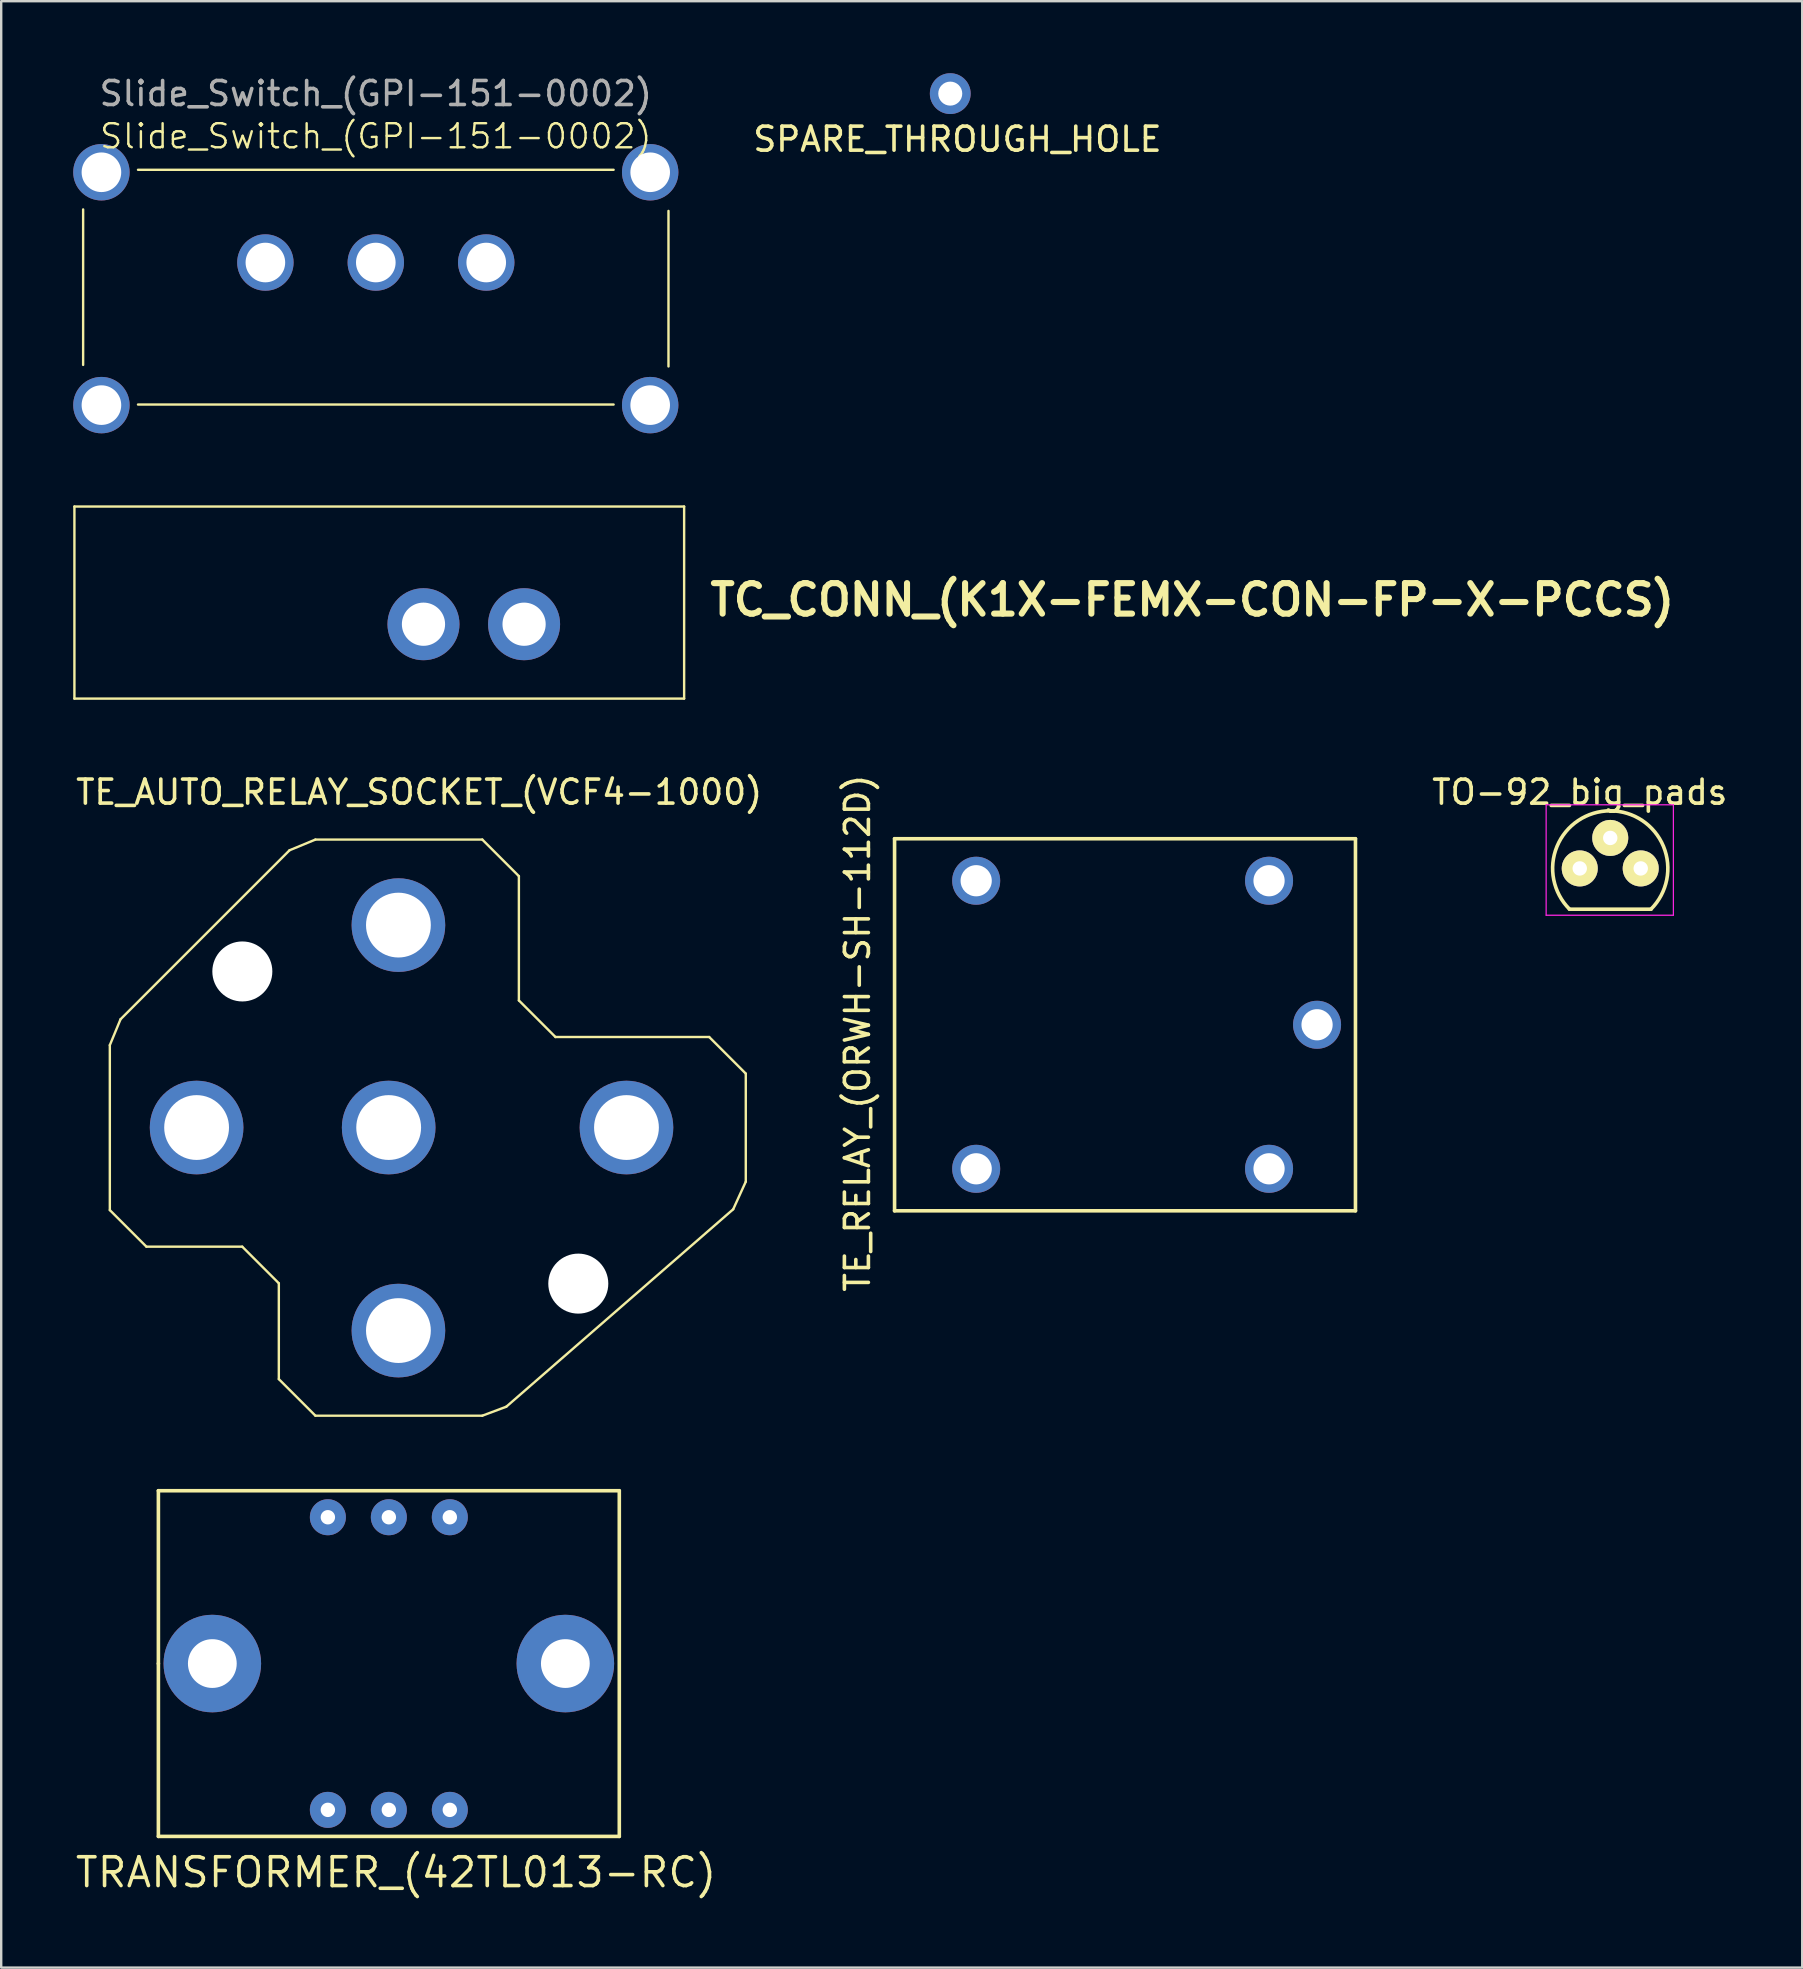
<source format=kicad_pcb>
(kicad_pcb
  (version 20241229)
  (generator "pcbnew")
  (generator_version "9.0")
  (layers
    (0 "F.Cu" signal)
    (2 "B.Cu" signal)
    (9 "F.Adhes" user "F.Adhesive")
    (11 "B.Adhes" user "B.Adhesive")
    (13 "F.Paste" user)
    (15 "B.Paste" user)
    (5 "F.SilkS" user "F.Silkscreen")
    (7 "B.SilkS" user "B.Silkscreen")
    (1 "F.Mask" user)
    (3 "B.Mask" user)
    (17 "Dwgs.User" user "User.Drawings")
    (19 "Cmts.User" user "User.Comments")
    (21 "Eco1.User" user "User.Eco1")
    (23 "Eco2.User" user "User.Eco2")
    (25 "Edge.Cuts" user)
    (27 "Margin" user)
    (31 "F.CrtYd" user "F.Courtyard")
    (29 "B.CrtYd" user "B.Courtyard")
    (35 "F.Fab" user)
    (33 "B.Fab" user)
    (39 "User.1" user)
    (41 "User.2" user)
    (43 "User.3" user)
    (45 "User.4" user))
  (footprint "TRANSFORMER_(42TL013-RC)"
    (layer "F.Cu")
    (at 13.148 66.249)
    (property "Reference" "TRANSFORMER_(42TL013-RC)" (at 0.3 8.7 180) (layer "F.SilkS") (effects (font (size 1.2 1.2) (thickness 0.15))))
    (attr through_hole)
    (fp_line (start -9.6 -7.2) (end -9.6 0) (stroke (width 0.15) (type solid)) (layer "F.SilkS"))
    (fp_line (start -9.6 0) (end -9.6 7.2) (stroke (width 0.15) (type solid)) (layer "F.SilkS"))
    (fp_line (start -9.6 7.2) (end 9.6 7.2) (stroke (width 0.15) (type solid)) (layer "F.SilkS"))
    (fp_line (start 9.6 -7.2) (end -9.6 -7.2) (stroke (width 0.15) (type solid)) (layer "F.SilkS"))
    (fp_line (start 9.6 7.2) (end 9.6 -7.2) (stroke (width 0.15) (type solid)) (layer "F.SilkS"))
    (pad "1" thru_hole circle (at -2.54 6.095) (size 1.5 1.5) (drill 0.6) (layers "*.Cu" "*.Mask"))
    (pad "2" thru_hole circle (at 0 6.095) (size 1.5 1.5) (drill 0.6) (layers "*.Cu" "*.Mask"))
    (pad "3" thru_hole circle (at 2.54 6.095) (size 1.5 1.5) (drill 0.6) (layers "*.Cu" "*.Mask"))
    (pad "4" thru_hole circle (at 2.54 -6.095) (size 1.5 1.5) (drill 0.6) (layers "*.Cu" "*.Mask"))
    (pad "5" thru_hole circle (at 0 -6.095) (size 1.5 1.5) (drill 0.6) (layers "*.Cu" "*.Mask"))
    (pad "6" thru_hole circle (at -2.54 -6.095) (size 1.5 1.5) (drill 0.6) (layers "*.Cu" "*.Mask"))
    (pad "7" thru_hole circle (at 7.353 0) (size 4.064 4.064) (drill 2.032) (layers "*.Cu" "*.Mask"))
    (pad "8" thru_hole circle (at -7.353 0) (size 4.064 4.064) (drill 2.032) (layers "*.Cu" "*.Mask")))
  (footprint "Slide_Switch_(GPI-151-0002)"
    (layer "F.Cu")
    (at 12.605 8.976)
    (property "Reference" "Slide_Switch_(GPI-151-0002)" (at 0 -6.35 0) (unlocked yes) (layer "F.SilkS") (effects (font (size 1 1) (thickness 0.1))))
    (attr through_hole)
    (fp_line (start -12.192 -3.302) (end -12.192 3.175) (stroke (width 0.1) (type default)) (layer "F.SilkS"))
    (fp_line (start -9.906 -4.953) (end 9.906 -4.953) (stroke (width 0.1) (type default)) (layer "F.SilkS"))
    (fp_line (start -9.906 4.826) (end 9.906 4.826) (stroke (width 0.1) (type default)) (layer "F.SilkS"))
    (fp_line (start 12.192 -3.239) (end 12.192 3.239) (stroke (width 0.1) (type default)) (layer "F.SilkS"))
    (fp_text user "${REFERENCE}" (at 0 -8.128 0) (unlocked yes) (layer "F.Fab") (effects (font (size 1 1) (thickness 0.15))))
    (pad "" np_thru_hole circle (at -11.43 -4.85) (size 2.35 2.35) (drill 1.65) (layers "*.Cu" "*.Mask"))
    (pad "" np_thru_hole circle (at -11.43 4.85) (size 2.35 2.35) (drill 1.65) (layers "*.Cu" "*.Mask"))
    (pad "" np_thru_hole circle (at 11.43 -4.85) (size 2.35 2.35) (drill 1.65) (layers "*.Cu" "*.Mask"))
    (pad "" np_thru_hole circle (at 11.43 4.85) (size 2.35 2.35) (drill 1.65) (layers "*.Cu" "*.Mask"))
    (pad "1" thru_hole circle (at -4.6 -1.09) (size 2.35 2.35) (drill 1.65) (layers "*.Cu" "*.Mask"))
    (pad "2" thru_hole circle (at 0 -1.09) (size 2.35 2.35) (drill 1.65) (layers "*.Cu" "*.Mask"))
    (pad "3" thru_hole circle (at 4.6 -1.09) (size 2.35 2.35) (drill 1.65) (layers "*.Cu" "*.Mask")))
  (footprint "SPARE_THROUGH_HOLE"
    (layer "F.Cu")
    (at 36.535 0.85)
    (property "Reference" "SPARE_THROUGH_HOLE" (at 0.3 1.9 0) (layer "F.SilkS") (effects (font (size 1 1) (thickness 0.15))))
    (attr through_hole)
    (pad "1" thru_hole circle (at 0 0) (size 1.7 1.7) (drill 1) (layers "*.Cu" "*.Mask")))
  (footprint "TC_CONN_(K1X-FEMX-CON-FP-X-PCCS)"
    (layer "F.Cu")
    (at 14.591 22.953)
    (property "Reference" "TC_CONN_(K1X-FEMX-CON-FP-X-PCCS)" (at 11.811 -1.016 0) (layer "F.SilkS") (effects (font (size 1.27 1.27) (thickness 0.254)) (justify left)))
    (attr through_hole)
    (fp_line (start -14.541 -4.902) (end 10.858 -4.902) (stroke (width 0.1) (type solid)) (layer "F.SilkS"))
    (fp_line (start -14.541 3.099) (end -14.541 -4.902) (stroke (width 0.1) (type solid)) (layer "F.SilkS"))
    (fp_line (start 10.858 -4.902) (end 10.858 3.099) (stroke (width 0.1) (type solid)) (layer "F.SilkS"))
    (fp_line (start 10.858 3.099) (end -14.541 3.099) (stroke (width 0.1) (type solid)) (layer "F.SilkS"))
    (pad "1" thru_hole circle (at 0 0) (size 3 3) (drill 1.8) (layers "*.Cu" "*.Mask"))
    (pad "2" thru_hole circle (at 4.191 0) (size 3 3) (drill 1.8) (layers "*.Cu" "*.Mask")))
  (footprint "TE_RELAY_(ORWH-SH-112D)"
    (layer "F.Cu")
    (at 49.815 33.639)
    (property "Reference" "TE_RELAY_(ORWH-SH-112D)" (at -17.145 6.35 90) (layer "F.SilkS") (effects (font (size 1 1) (thickness 0.15))))
    (attr through_hole)
    (fp_line (start -15.6 -1.75) (end 3.6 -1.75) (stroke (width 0.15) (type solid)) (layer "F.SilkS"))
    (fp_line (start -15.6 13.75) (end -15.6 -1.75) (stroke (width 0.15) (type solid)) (layer "F.SilkS"))
    (fp_line (start 3.6 -1.75) (end 3.6 13.75) (stroke (width 0.15) (type solid)) (layer "F.SilkS"))
    (fp_line (start 3.6 13.75) (end -15.6 13.75) (stroke (width 0.15) (type solid)) (layer "F.SilkS"))
    (pad "1" thru_hole circle (at 0 0) (size 2 2) (drill 1.3) (layers "*.Cu" "*.Mask"))
    (pad "2" thru_hole circle (at 0 12) (size 2 2) (drill 1.3) (layers "*.Cu" "*.Mask"))
    (pad "3" thru_hole circle (at 2 6) (size 2 2) (drill 1.3) (layers "*.Cu" "*.Mask"))
    (pad "4" thru_hole circle (at -12.2 0) (size 2 2) (drill 1.3) (layers "*.Cu" "*.Mask"))
    (pad "5" thru_hole circle (at -12.2 12) (size 2 2) (drill 1.3) (layers "*.Cu" "*.Mask")))
  (footprint "TO-92_big_pads"
    (layer "F.Cu")
    (at 62.758 33.126)
    (property "Reference" "TO-92_big_pads" (at 0 -3.175 0) (layer "F.SilkS") (effects (font (size 1 1) (thickness 0.15))))
    (attr through_hole)
    (fp_line (start -0.43 1.7) (end 2.97 1.7) (stroke (width 0.15) (type solid)) (layer "F.SilkS"))
    (fp_arc (start -0.427056 1.697056) (mid -0.947311 -0.91844) (end 1.27 -2.4) (stroke (width 0.15) (type solid)) (layer "F.SilkS"))
    (fp_arc (start 1.27 -2.4) (mid 3.487311 -0.91844) (end 2.967056 1.697056) (stroke (width 0.15) (type solid)) (layer "F.SilkS"))
    (fp_line (start -1.4 -2.65) (end 3.9 -2.65) (stroke (width 0.05) (type solid)) (layer "F.CrtYd"))
    (fp_line (start -1.4 1.95) (end -1.4 -2.65) (stroke (width 0.05) (type solid)) (layer "F.CrtYd"))
    (fp_line (start -1.4 1.95) (end 3.9 1.95) (stroke (width 0.05) (type solid)) (layer "F.CrtYd"))
    (fp_line (start 3.9 1.95) (end 3.9 -2.65) (stroke (width 0.05) (type solid)) (layer "F.CrtYd"))
    (pad "1" thru_hole circle (at 0 0 90) (size 1.5 1.5) (drill 0.6) (layers "*.Cu" "*.Mask" "F.SilkS"))
    (pad "2" thru_hole circle (at 1.27 -1.27 90) (size 1.5 1.5) (drill 0.6) (layers "*.Cu" "*.Mask" "F.SilkS"))
    (pad "3" thru_hole circle (at 2.54 0 90) (size 1.5 1.5) (drill 0.6) (layers "*.Cu" "*.Mask" "F.SilkS")))
  (footprint "TE_AUTO_RELAY_SOCKET_(VCF4-1000)"
    (layer "F.Cu")
    (at 13.141 43.92)
    (property "Reference" "TE_AUTO_RELAY_SOCKET_(VCF4-1000)" (at 1.27 -13.97 0) (layer "F.SilkS") (effects (font (size 1 1) (thickness 0.15))))
    (attr through_hole)
    (fp_line (start -11.616 -3.432) (end -11.17 -4.51) (stroke (width 0.1) (type solid)) (layer "F.SilkS"))
    (fp_line (start -11.616 3.439) (end -11.616 -3.432) (stroke (width 0.1) (type solid)) (layer "F.SilkS"))
    (fp_line (start -11.17 -4.51) (end -4.13 -11.55) (stroke (width 0.1) (type solid)) (layer "F.SilkS"))
    (fp_line (start -10.092 4.963) (end -11.616 3.439) (stroke (width 0.1) (type solid)) (layer "F.SilkS"))
    (fp_line (start -6.1 4.963) (end -10.092 4.963) (stroke (width 0.1) (type solid)) (layer "F.SilkS"))
    (fp_line (start -4.576 6.487) (end -6.1 4.963) (stroke (width 0.1) (type solid)) (layer "F.SilkS"))
    (fp_line (start -4.576 10.48) (end -4.576 6.487) (stroke (width 0.1) (type solid)) (layer "F.SilkS"))
    (fp_line (start -4.13 -11.55) (end -3.052 -11.996) (stroke (width 0.1) (type solid)) (layer "F.SilkS"))
    (fp_line (start -3.052 -11.996) (end 3.9 -11.996) (stroke (width 0.1) (type solid)) (layer "F.SilkS"))
    (fp_line (start -3.052 12.004) (end -4.576 10.48) (stroke (width 0.1) (type solid)) (layer "F.SilkS"))
    (fp_line (start 3.9 -11.996) (end 5.424 -10.472) (stroke (width 0.1) (type solid)) (layer "F.SilkS"))
    (fp_line (start 3.9 12.004) (end -3.052 12.004) (stroke (width 0.1) (type solid)) (layer "F.SilkS"))
    (fp_line (start 4.9 11.629) (end 3.9 12.004) (stroke (width 0.1) (type solid)) (layer "F.SilkS"))
    (fp_line (start 5.424 -10.472) (end 5.424 -5.295) (stroke (width 0.1) (type solid)) (layer "F.SilkS"))
    (fp_line (start 5.424 -5.295) (end 6.948 -3.771) (stroke (width 0.1) (type solid)) (layer "F.SilkS"))
    (fp_line (start 6.948 -3.771) (end 13.352 -3.771) (stroke (width 0.1) (type solid)) (layer "F.SilkS"))
    (fp_line (start 13.352 -3.771) (end 14.876 -2.247) (stroke (width 0.1) (type solid)) (layer "F.SilkS"))
    (fp_line (start 14.352 3.404) (end 4.9 11.629) (stroke (width 0.1) (type solid)) (layer "F.SilkS"))
    (fp_line (start 14.876 -2.247) (end 14.876 2.255) (stroke (width 0.1) (type solid)) (layer "F.SilkS"))
    (fp_line (start 14.876 2.255) (end 14.352 3.404) (stroke (width 0.1) (type solid)) (layer "F.SilkS"))
    (pad "" np_thru_hole circle (at -6.096 -6.502) (size 2.5 2.5) (drill 2.5) (layers "*.Cu" "*.Mask"))
    (pad "" np_thru_hole circle (at 7.899 6.502) (size 2.5 2.5) (drill 2.5) (layers "*.Cu" "*.Mask"))
    (pad "30" thru_hole circle (at 9.906 0) (size 3.9 3.9) (drill 2.7) (layers "*.Cu" "*.Mask"))
    (pad "85" thru_hole circle (at 0.406 8.458) (size 3.9 3.9) (drill 2.7) (layers "*.Cu" "*.Mask"))
    (pad "86" thru_hole circle (at 0.406 -8.433) (size 3.9 3.9) (drill 2.7) (layers "*.Cu" "*.Mask"))
    (pad "87" thru_hole circle (at -8.001 0) (size 3.9 3.9) (drill 2.7) (layers "*.Cu" "*.Mask"))
    (pad "87a" thru_hole circle (at 0 0) (size 3.9 3.9) (drill 2.7) (layers "*.Cu" "*.Mask")))
  (gr_rect
    (start -3 -3)
    (end 72.025 78.914)
    (stroke (width 0.1) (type default))
    (fill no)
    (layer "Edge.Cuts")))
</source>
